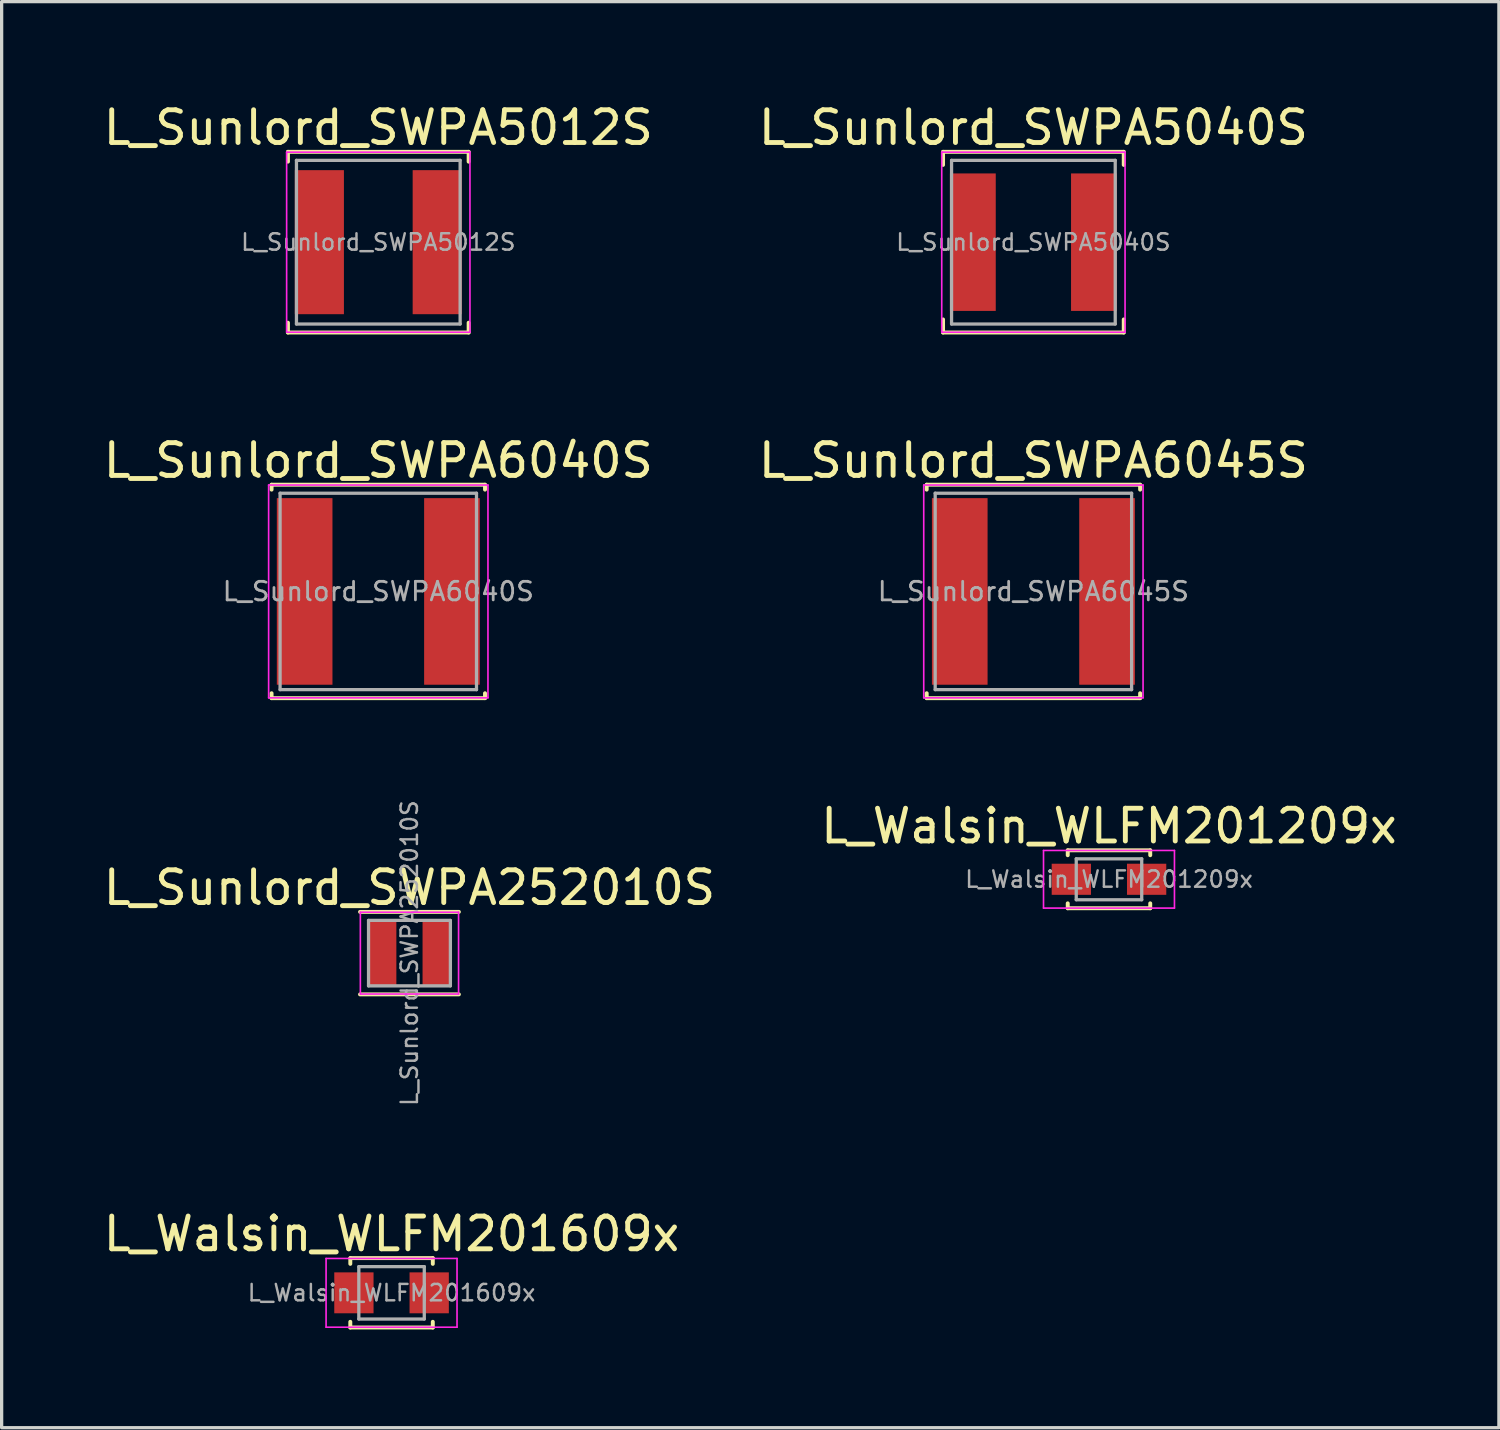
<source format=kicad_pcb>
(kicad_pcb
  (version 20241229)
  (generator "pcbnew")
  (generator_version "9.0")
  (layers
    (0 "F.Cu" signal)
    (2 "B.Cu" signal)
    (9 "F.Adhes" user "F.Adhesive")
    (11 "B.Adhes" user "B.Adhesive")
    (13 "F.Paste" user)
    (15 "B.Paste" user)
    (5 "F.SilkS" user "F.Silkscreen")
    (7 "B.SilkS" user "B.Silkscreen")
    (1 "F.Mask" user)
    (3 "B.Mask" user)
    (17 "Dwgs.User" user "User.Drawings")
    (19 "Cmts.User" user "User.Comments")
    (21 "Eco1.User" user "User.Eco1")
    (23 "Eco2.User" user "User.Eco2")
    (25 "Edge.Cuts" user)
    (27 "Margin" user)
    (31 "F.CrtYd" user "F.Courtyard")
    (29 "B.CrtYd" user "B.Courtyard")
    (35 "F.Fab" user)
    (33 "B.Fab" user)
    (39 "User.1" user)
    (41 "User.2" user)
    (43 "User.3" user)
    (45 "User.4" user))
  (footprint "L_Sunlord_SWPA6045S"
    (layer "F.Cu")
    (at 28.518 15.017)
    (property "Reference" "L_Sunlord_SWPA6045S" (at 0 -4 0) (layer "F.SilkS") (effects (font (size 1 1) (thickness 0.15))))
    (attr smd)
    (fp_line (start -3.26 -3.26) (end -3.26 -3.11) (stroke (width 0.12) (type solid)) (layer "F.SilkS"))
    (fp_line (start -3.26 -3.26) (end 3.26 -3.26) (stroke (width 0.12) (type solid)) (layer "F.SilkS"))
    (fp_line (start -3.26 3.26) (end -3.26 3.11) (stroke (width 0.12) (type solid)) (layer "F.SilkS"))
    (fp_line (start -3.26 3.26) (end 3.26 3.26) (stroke (width 0.12) (type solid)) (layer "F.SilkS"))
    (fp_line (start 3.26 -3.26) (end 3.26 -3.11) (stroke (width 0.12) (type solid)) (layer "F.SilkS"))
    (fp_line (start 3.26 3.26) (end 3.26 3.11) (stroke (width 0.12) (type solid)) (layer "F.SilkS"))
    (fp_line (start -3.35 -3.25) (end -3.35 3.25) (stroke (width 0.05) (type solid)) (layer "F.CrtYd"))
    (fp_line (start -3.35 3.25) (end 3.35 3.25) (stroke (width 0.05) (type solid)) (layer "F.CrtYd"))
    (fp_line (start 3.35 -3.25) (end -3.35 -3.25) (stroke (width 0.05) (type solid)) (layer "F.CrtYd"))
    (fp_line (start 3.35 3.25) (end 3.35 -3.25) (stroke (width 0.05) (type solid)) (layer "F.CrtYd"))
    (fp_line (start -3 -3) (end -3 3) (stroke (width 0.1) (type solid)) (layer "F.Fab"))
    (fp_line (start -3 3) (end 3 3) (stroke (width 0.1) (type solid)) (layer "F.Fab"))
    (fp_line (start 3 -3) (end -3 -3) (stroke (width 0.1) (type solid)) (layer "F.Fab"))
    (fp_line (start 3 3) (end 3 -3) (stroke (width 0.1) (type solid)) (layer "F.Fab"))
    (fp_text user "${REFERENCE}" (at 0 0 0) (layer "F.Fab") (effects (font (size 0.567 0.567) (thickness 0.085))))
    (pad "1" smd rect (at -2.25 0) (size 1.7 5.7) (layers "F.Cu" "F.Mask" "F.Paste"))
    (pad "2" smd rect (at 2.25 0) (size 1.7 5.7) (layers "F.Cu" "F.Mask" "F.Paste")))
  (footprint "L_Walsin_WLFM201609x"
    (layer "F.Cu")
    (at 8.911 36.443)
    (property "Reference" "L_Walsin_WLFM201609x" (at 0 -1.8 0) (layer "F.SilkS") (effects (font (size 1 1) (thickness 0.15))))
    (attr smd)
    (fp_line (start -1.26 -1.06) (end -1.26 -0.885) (stroke (width 0.12) (type solid)) (layer "F.SilkS"))
    (fp_line (start -1.26 -1.06) (end 1.26 -1.06) (stroke (width 0.12) (type solid)) (layer "F.SilkS"))
    (fp_line (start -1.26 1.06) (end -1.26 0.885) (stroke (width 0.12) (type solid)) (layer "F.SilkS"))
    (fp_line (start -1.26 1.06) (end 1.26 1.06) (stroke (width 0.12) (type solid)) (layer "F.SilkS"))
    (fp_line (start 1.26 -1.06) (end 1.26 -0.885) (stroke (width 0.12) (type solid)) (layer "F.SilkS"))
    (fp_line (start 1.26 1.06) (end 1.26 0.885) (stroke (width 0.12) (type solid)) (layer "F.SilkS"))
    (fp_line (start -2 -1.05) (end -2 1.05) (stroke (width 0.05) (type solid)) (layer "F.CrtYd"))
    (fp_line (start -2 1.05) (end 2 1.05) (stroke (width 0.05) (type solid)) (layer "F.CrtYd"))
    (fp_line (start 2 -1.05) (end -2 -1.05) (stroke (width 0.05) (type solid)) (layer "F.CrtYd"))
    (fp_line (start 2 1.05) (end 2 -1.05) (stroke (width 0.05) (type solid)) (layer "F.CrtYd"))
    (fp_line (start -1 -0.8) (end -1 0.8) (stroke (width 0.1) (type solid)) (layer "F.Fab"))
    (fp_line (start -1 0.8) (end 1 0.8) (stroke (width 0.1) (type solid)) (layer "F.Fab"))
    (fp_line (start 1 -0.8) (end -1 -0.8) (stroke (width 0.1) (type solid)) (layer "F.Fab"))
    (fp_line (start 1 0.8) (end 1 -0.8) (stroke (width 0.1) (type solid)) (layer "F.Fab"))
    (fp_text user "${REFERENCE}" (at 0 0 0) (layer "F.Fab") (effects (font (size 0.5 0.5) (thickness 0.075))))
    (pad "1" smd rect (at -1.15 0) (size 1.2 1.25) (layers "F.Cu" "F.Mask" "F.Paste"))
    (pad "2" smd rect (at 1.15 0) (size 1.2 1.25) (layers "F.Cu" "F.Mask" "F.Paste")))
  (footprint "L_Sunlord_SWPA6040S"
    (layer "F.Cu")
    (at 8.506 15.017)
    (property "Reference" "L_Sunlord_SWPA6040S" (at 0 -4 0) (layer "F.SilkS") (effects (font (size 1 1) (thickness 0.15))))
    (attr smd)
    (fp_line (start -3.26 -3.26) (end -3.26 -3.11) (stroke (width 0.12) (type solid)) (layer "F.SilkS"))
    (fp_line (start -3.26 -3.26) (end 3.26 -3.26) (stroke (width 0.12) (type solid)) (layer "F.SilkS"))
    (fp_line (start -3.26 3.26) (end -3.26 3.11) (stroke (width 0.12) (type solid)) (layer "F.SilkS"))
    (fp_line (start -3.26 3.26) (end 3.26 3.26) (stroke (width 0.12) (type solid)) (layer "F.SilkS"))
    (fp_line (start 3.26 -3.26) (end 3.26 -3.11) (stroke (width 0.12) (type solid)) (layer "F.SilkS"))
    (fp_line (start 3.26 3.26) (end 3.26 3.11) (stroke (width 0.12) (type solid)) (layer "F.SilkS"))
    (fp_line (start -3.35 -3.25) (end -3.35 3.25) (stroke (width 0.05) (type solid)) (layer "F.CrtYd"))
    (fp_line (start -3.35 3.25) (end 3.35 3.25) (stroke (width 0.05) (type solid)) (layer "F.CrtYd"))
    (fp_line (start 3.35 -3.25) (end -3.35 -3.25) (stroke (width 0.05) (type solid)) (layer "F.CrtYd"))
    (fp_line (start 3.35 3.25) (end 3.35 -3.25) (stroke (width 0.05) (type solid)) (layer "F.CrtYd"))
    (fp_line (start -3 -3) (end -3 3) (stroke (width 0.1) (type solid)) (layer "F.Fab"))
    (fp_line (start -3 3) (end 3 3) (stroke (width 0.1) (type solid)) (layer "F.Fab"))
    (fp_line (start 3 -3) (end -3 -3) (stroke (width 0.1) (type solid)) (layer "F.Fab"))
    (fp_line (start 3 3) (end 3 -3) (stroke (width 0.1) (type solid)) (layer "F.Fab"))
    (fp_text user "${REFERENCE}" (at 0 0 0) (layer "F.Fab") (effects (font (size 0.567 0.567) (thickness 0.085))))
    (pad "1" smd rect (at -2.25 0) (size 1.7 5.7) (layers "F.Cu" "F.Mask" "F.Paste"))
    (pad "2" smd rect (at 2.25 0) (size 1.7 5.7) (layers "F.Cu" "F.Mask" "F.Paste")))
  (footprint "L_Sunlord_SWPA5012S"
    (layer "F.Cu")
    (at 8.506 4.348)
    (property "Reference" "L_Sunlord_SWPA5012S" (at 0 -3.5 0) (layer "F.SilkS") (effects (font (size 1 1) (thickness 0.15))))
    (attr smd)
    (fp_line (start -2.76 -2.76) (end -2.76 -2.46) (stroke (width 0.12) (type solid)) (layer "F.SilkS"))
    (fp_line (start -2.76 -2.76) (end 2.76 -2.76) (stroke (width 0.12) (type solid)) (layer "F.SilkS"))
    (fp_line (start -2.76 2.76) (end -2.76 2.46) (stroke (width 0.12) (type solid)) (layer "F.SilkS"))
    (fp_line (start -2.76 2.76) (end 2.76 2.76) (stroke (width 0.12) (type solid)) (layer "F.SilkS"))
    (fp_line (start 2.76 -2.76) (end 2.76 -2.46) (stroke (width 0.12) (type solid)) (layer "F.SilkS"))
    (fp_line (start 2.76 2.76) (end 2.76 2.46) (stroke (width 0.12) (type solid)) (layer "F.SilkS"))
    (fp_line (start -2.8 -2.75) (end -2.8 2.75) (stroke (width 0.05) (type solid)) (layer "F.CrtYd"))
    (fp_line (start -2.8 2.75) (end 2.8 2.75) (stroke (width 0.05) (type solid)) (layer "F.CrtYd"))
    (fp_line (start 2.8 -2.75) (end -2.8 -2.75) (stroke (width 0.05) (type solid)) (layer "F.CrtYd"))
    (fp_line (start 2.8 2.75) (end 2.8 -2.75) (stroke (width 0.05) (type solid)) (layer "F.CrtYd"))
    (fp_line (start -2.5 -2.5) (end -2.5 2.5) (stroke (width 0.1) (type solid)) (layer "F.Fab"))
    (fp_line (start -2.5 2.5) (end 2.5 2.5) (stroke (width 0.1) (type solid)) (layer "F.Fab"))
    (fp_line (start 2.5 -2.5) (end -2.5 -2.5) (stroke (width 0.1) (type solid)) (layer "F.Fab"))
    (fp_line (start 2.5 2.5) (end 2.5 -2.5) (stroke (width 0.1) (type solid)) (layer "F.Fab"))
    (fp_text user "${REFERENCE}" (at 0 0 0) (layer "F.Fab") (effects (font (size 0.5 0.5) (thickness 0.075))))
    (pad "1" smd rect (at -1.8 0) (size 1.5 4.4) (layers "F.Cu" "F.Mask" "F.Paste"))
    (pad "2" smd rect (at 1.8 0) (size 1.5 4.4) (layers "F.Cu" "F.Mask" "F.Paste")))
  (footprint "L_Sunlord_SWPA252010S"
    (layer "F.Cu")
    (at 9.458 26.066)
    (property "Reference" "L_Sunlord_SWPA252010S" (at 0 -2 0) (layer "F.SilkS") (effects (font (size 1 1) (thickness 0.15))))
    (attr smd)
    (fp_line (start -1.51 -1.26) (end 1.51 -1.26) (stroke (width 0.12) (type solid)) (layer "F.SilkS"))
    (fp_line (start -1.51 1.26) (end 1.51 1.26) (stroke (width 0.12) (type solid)) (layer "F.SilkS"))
    (fp_line (start -1.5 -1.25) (end -1.5 1.25) (stroke (width 0.05) (type solid)) (layer "F.CrtYd"))
    (fp_line (start -1.5 1.25) (end 1.5 1.25) (stroke (width 0.05) (type solid)) (layer "F.CrtYd"))
    (fp_line (start 1.5 -1.25) (end -1.5 -1.25) (stroke (width 0.05) (type solid)) (layer "F.CrtYd"))
    (fp_line (start 1.5 1.25) (end 1.5 -1.25) (stroke (width 0.05) (type solid)) (layer "F.CrtYd"))
    (fp_line (start -1.25 -1) (end -1.25 1) (stroke (width 0.1) (type solid)) (layer "F.Fab"))
    (fp_line (start -1.25 1) (end 1.25 1) (stroke (width 0.1) (type solid)) (layer "F.Fab"))
    (fp_line (start 1.25 -1) (end -1.25 -1) (stroke (width 0.1) (type solid)) (layer "F.Fab"))
    (fp_line (start 1.25 1) (end 1.25 -1) (stroke (width 0.1) (type solid)) (layer "F.Fab"))
    (fp_text user "${REFERENCE}" (at 0 0 90) (layer "F.Fab") (effects (font (size 0.5 0.5) (thickness 0.075))))
    (pad "1" smd rect (at -0.825 0) (size 0.85 2) (layers "F.Cu" "F.Mask" "F.Paste"))
    (pad "2" smd rect (at 0.825 0) (size 0.85 2) (layers "F.Cu" "F.Mask" "F.Paste")))
  (footprint "L_Sunlord_SWPA5040S"
    (layer "F.Cu")
    (at 28.518 4.348)
    (property "Reference" "L_Sunlord_SWPA5040S" (at 0 -3.5 0) (layer "F.SilkS") (effects (font (size 1 1) (thickness 0.15))))
    (attr smd)
    (fp_line (start -2.76 -2.76) (end -2.76 -2.36) (stroke (width 0.12) (type solid)) (layer "F.SilkS"))
    (fp_line (start -2.76 -2.76) (end 2.76 -2.76) (stroke (width 0.12) (type solid)) (layer "F.SilkS"))
    (fp_line (start -2.76 2.76) (end -2.76 2.36) (stroke (width 0.12) (type solid)) (layer "F.SilkS"))
    (fp_line (start -2.76 2.76) (end 2.76 2.76) (stroke (width 0.12) (type solid)) (layer "F.SilkS"))
    (fp_line (start 2.76 -2.76) (end 2.76 -2.36) (stroke (width 0.12) (type solid)) (layer "F.SilkS"))
    (fp_line (start 2.76 2.76) (end 2.76 2.36) (stroke (width 0.12) (type solid)) (layer "F.SilkS"))
    (fp_line (start -2.8 -2.75) (end -2.8 2.75) (stroke (width 0.05) (type solid)) (layer "F.CrtYd"))
    (fp_line (start -2.8 2.75) (end 2.8 2.75) (stroke (width 0.05) (type solid)) (layer "F.CrtYd"))
    (fp_line (start 2.8 -2.75) (end -2.8 -2.75) (stroke (width 0.05) (type solid)) (layer "F.CrtYd"))
    (fp_line (start 2.8 2.75) (end 2.8 -2.75) (stroke (width 0.05) (type solid)) (layer "F.CrtYd"))
    (fp_line (start -2.5 -2.5) (end -2.5 2.5) (stroke (width 0.1) (type solid)) (layer "F.Fab"))
    (fp_line (start -2.5 2.5) (end 2.5 2.5) (stroke (width 0.1) (type solid)) (layer "F.Fab"))
    (fp_line (start 2.5 -2.5) (end -2.5 -2.5) (stroke (width 0.1) (type solid)) (layer "F.Fab"))
    (fp_line (start 2.5 2.5) (end 2.5 -2.5) (stroke (width 0.1) (type solid)) (layer "F.Fab"))
    (fp_text user "${REFERENCE}" (at 0 0 0) (layer "F.Fab") (effects (font (size 0.5 0.5) (thickness 0.075))))
    (pad "1" smd rect (at -1.85 0) (size 1.4 4.2) (layers "F.Cu" "F.Mask" "F.Paste"))
    (pad "2" smd rect (at 1.85 0) (size 1.4 4.2) (layers "F.Cu" "F.Mask" "F.Paste")))
  (footprint "L_Walsin_WLFM201209x"
    (layer "F.Cu")
    (at 30.827 23.81)
    (property "Reference" "L_Walsin_WLFM201209x" (at 0 -1.625 0) (layer "F.SilkS") (effects (font (size 1 1) (thickness 0.15))))
    (attr smd)
    (fp_line (start -1.26 -0.885) (end -1.26 -0.735) (stroke (width 0.12) (type solid)) (layer "F.SilkS"))
    (fp_line (start -1.26 -0.885) (end 1.26 -0.885) (stroke (width 0.12) (type solid)) (layer "F.SilkS"))
    (fp_line (start -1.26 0.885) (end -1.26 0.735) (stroke (width 0.12) (type solid)) (layer "F.SilkS"))
    (fp_line (start -1.26 0.885) (end 1.26 0.885) (stroke (width 0.12) (type solid)) (layer "F.SilkS"))
    (fp_line (start 1.26 -0.885) (end 1.26 -0.735) (stroke (width 0.12) (type solid)) (layer "F.SilkS"))
    (fp_line (start 1.26 0.885) (end 1.26 0.735) (stroke (width 0.12) (type solid)) (layer "F.SilkS"))
    (fp_line (start -2 -0.88) (end -2 0.88) (stroke (width 0.05) (type solid)) (layer "F.CrtYd"))
    (fp_line (start -2 0.88) (end 2 0.88) (stroke (width 0.05) (type solid)) (layer "F.CrtYd"))
    (fp_line (start 2 -0.88) (end -2 -0.88) (stroke (width 0.05) (type solid)) (layer "F.CrtYd"))
    (fp_line (start 2 0.88) (end 2 -0.88) (stroke (width 0.05) (type solid)) (layer "F.CrtYd"))
    (fp_line (start -1 -0.625) (end -1 0.625) (stroke (width 0.1) (type solid)) (layer "F.Fab"))
    (fp_line (start -1 0.625) (end 1 0.625) (stroke (width 0.1) (type solid)) (layer "F.Fab"))
    (fp_line (start 1 -0.625) (end -1 -0.625) (stroke (width 0.1) (type solid)) (layer "F.Fab"))
    (fp_line (start 1 0.625) (end 1 -0.625) (stroke (width 0.1) (type solid)) (layer "F.Fab"))
    (fp_text user "${REFERENCE}" (at 0 0 0) (layer "F.Fab") (effects (font (size 0.5 0.5) (thickness 0.075))))
    (pad "1" smd rect (at -1.15 0) (size 1.2 0.95) (layers "F.Cu" "F.Mask" "F.Paste"))
    (pad "2" smd rect (at 1.15 0) (size 1.2 0.95) (layers "F.Cu" "F.Mask" "F.Paste")))
  (gr_rect
    (start -3 -3)
    (end 42.738 40.563)
    (stroke (width 0.1) (type default))
    (fill no)
    (layer "Edge.Cuts")))
</source>
